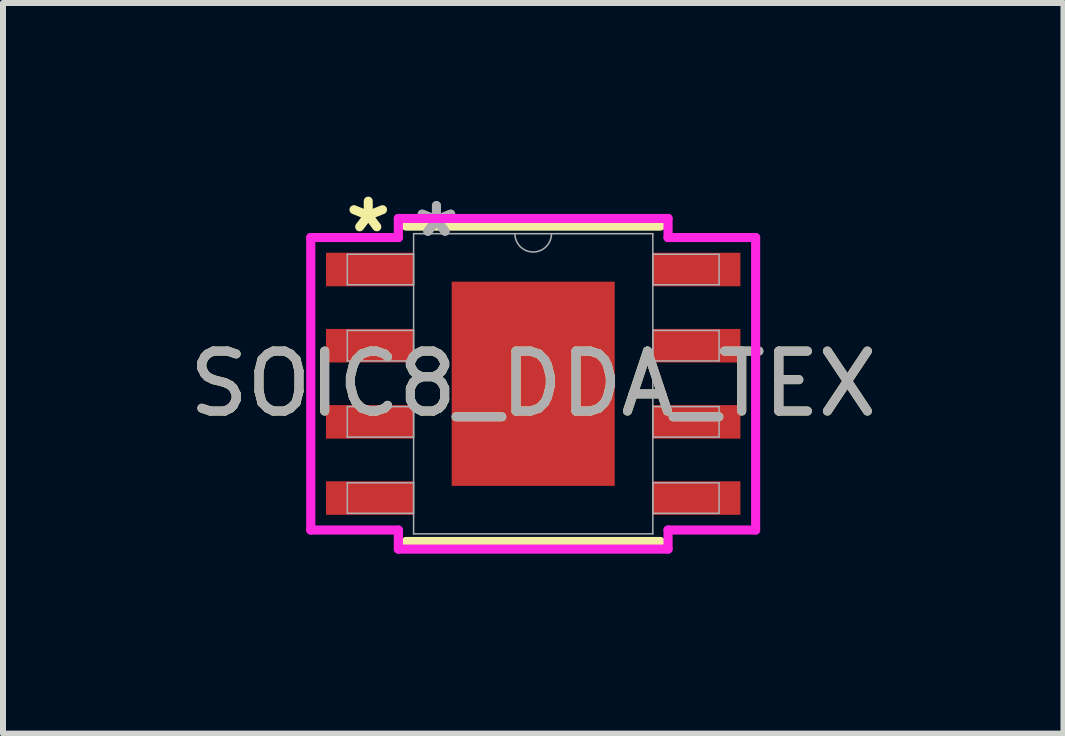
<source format=kicad_pcb>
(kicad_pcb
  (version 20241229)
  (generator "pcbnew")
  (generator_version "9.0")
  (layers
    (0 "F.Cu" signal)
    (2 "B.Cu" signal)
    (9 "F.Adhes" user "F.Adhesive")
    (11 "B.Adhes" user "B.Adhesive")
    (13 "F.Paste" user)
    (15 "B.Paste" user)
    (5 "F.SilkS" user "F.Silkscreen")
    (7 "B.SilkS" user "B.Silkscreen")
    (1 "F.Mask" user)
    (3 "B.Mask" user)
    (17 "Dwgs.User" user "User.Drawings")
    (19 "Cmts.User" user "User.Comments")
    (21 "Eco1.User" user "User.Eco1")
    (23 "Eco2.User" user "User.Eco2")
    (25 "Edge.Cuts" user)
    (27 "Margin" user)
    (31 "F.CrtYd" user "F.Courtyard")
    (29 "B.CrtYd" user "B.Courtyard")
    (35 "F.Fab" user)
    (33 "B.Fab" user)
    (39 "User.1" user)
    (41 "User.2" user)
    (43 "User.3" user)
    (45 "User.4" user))
  (footprint "SOIC8_DDA_TEX"
    (layer "F.Cu")
    (at 5.839 3.348)
    (property "Reference" "SOIC8_DDA_TEX" (at 0 0 0) (unlocked yes) (layer "F.SilkS") (effects (font (size 1 1) (thickness 0.15))))
    (attr smd)
    (fp_line (start -2.121 2.629) (end 2.121 2.629) (stroke (width 0.152) (type solid)) (layer "F.SilkS"))
    (fp_line (start 2.121 -2.629) (end -2.121 -2.629) (stroke (width 0.152) (type solid)) (layer "F.SilkS"))
    (fp_poly (pts (xy -1.259 -1.602) (xy -1.259 -0.1) (xy -0.1 -0.1) (xy -0.1 -1.602)) (stroke (width 0) (type solid)) (fill yes) (layer "F.Paste"))
    (fp_poly (pts (xy -1.259 0.1) (xy -1.259 1.602) (xy -0.1 1.602) (xy -0.1 0.1)) (stroke (width 0) (type solid)) (fill yes) (layer "F.Paste"))
    (fp_poly (pts (xy 0.1 -1.602) (xy 0.1 -0.1) (xy 1.259 -0.1) (xy 1.259 -1.602)) (stroke (width 0) (type solid)) (fill yes) (layer "F.Paste"))
    (fp_poly (pts (xy 0.1 0.1) (xy 0.1 1.602) (xy 1.259 1.602) (xy 1.259 0.1)) (stroke (width 0) (type solid)) (fill yes) (layer "F.Paste"))
    (fp_line (start -3.708 -2.438) (end -2.248 -2.438) (stroke (width 0.152) (type solid)) (layer "F.CrtYd"))
    (fp_line (start -3.708 2.438) (end -3.708 -2.438) (stroke (width 0.152) (type solid)) (layer "F.CrtYd"))
    (fp_line (start -3.708 2.438) (end -2.248 2.438) (stroke (width 0.152) (type solid)) (layer "F.CrtYd"))
    (fp_line (start -2.248 -2.756) (end 2.248 -2.756) (stroke (width 0.152) (type solid)) (layer "F.CrtYd"))
    (fp_line (start -2.248 -2.438) (end -2.248 -2.756) (stroke (width 0.152) (type solid)) (layer "F.CrtYd"))
    (fp_line (start -2.248 2.756) (end -2.248 2.438) (stroke (width 0.152) (type solid)) (layer "F.CrtYd"))
    (fp_line (start 2.248 -2.756) (end 2.248 -2.438) (stroke (width 0.152) (type solid)) (layer "F.CrtYd"))
    (fp_line (start 2.248 2.438) (end 2.248 2.756) (stroke (width 0.152) (type solid)) (layer "F.CrtYd"))
    (fp_line (start 2.248 2.756) (end -2.248 2.756) (stroke (width 0.152) (type solid)) (layer "F.CrtYd"))
    (fp_line (start 3.708 -2.438) (end 2.248 -2.438) (stroke (width 0.152) (type solid)) (layer "F.CrtYd"))
    (fp_line (start 3.708 -2.438) (end 3.708 2.438) (stroke (width 0.152) (type solid)) (layer "F.CrtYd"))
    (fp_line (start 3.708 2.438) (end 2.248 2.438) (stroke (width 0.152) (type solid)) (layer "F.CrtYd"))
    (fp_line (start -3.099 -2.159) (end -3.099 -1.651) (stroke (width 0.025) (type solid)) (layer "F.Fab"))
    (fp_line (start -3.099 -1.651) (end -1.994 -1.651) (stroke (width 0.025) (type solid)) (layer "F.Fab"))
    (fp_line (start -3.099 -0.889) (end -3.099 -0.381) (stroke (width 0.025) (type solid)) (layer "F.Fab"))
    (fp_line (start -3.099 -0.381) (end -1.994 -0.381) (stroke (width 0.025) (type solid)) (layer "F.Fab"))
    (fp_line (start -3.099 0.381) (end -3.099 0.889) (stroke (width 0.025) (type solid)) (layer "F.Fab"))
    (fp_line (start -3.099 0.889) (end -1.994 0.889) (stroke (width 0.025) (type solid)) (layer "F.Fab"))
    (fp_line (start -3.099 1.651) (end -3.099 2.159) (stroke (width 0.025) (type solid)) (layer "F.Fab"))
    (fp_line (start -3.099 2.159) (end -1.994 2.159) (stroke (width 0.025) (type solid)) (layer "F.Fab"))
    (fp_line (start -1.994 -2.502) (end -1.994 2.502) (stroke (width 0.025) (type solid)) (layer "F.Fab"))
    (fp_line (start -1.994 -2.159) (end -3.099 -2.159) (stroke (width 0.025) (type solid)) (layer "F.Fab"))
    (fp_line (start -1.994 -1.651) (end -1.994 -2.159) (stroke (width 0.025) (type solid)) (layer "F.Fab"))
    (fp_line (start -1.994 -0.889) (end -3.099 -0.889) (stroke (width 0.025) (type solid)) (layer "F.Fab"))
    (fp_line (start -1.994 -0.381) (end -1.994 -0.889) (stroke (width 0.025) (type solid)) (layer "F.Fab"))
    (fp_line (start -1.994 0.381) (end -3.099 0.381) (stroke (width 0.025) (type solid)) (layer "F.Fab"))
    (fp_line (start -1.994 0.889) (end -1.994 0.381) (stroke (width 0.025) (type solid)) (layer "F.Fab"))
    (fp_line (start -1.994 1.651) (end -3.099 1.651) (stroke (width 0.025) (type solid)) (layer "F.Fab"))
    (fp_line (start -1.994 2.159) (end -1.994 1.651) (stroke (width 0.025) (type solid)) (layer "F.Fab"))
    (fp_line (start -1.994 2.502) (end 1.994 2.502) (stroke (width 0.025) (type solid)) (layer "F.Fab"))
    (fp_line (start 1.994 -2.502) (end -1.994 -2.502) (stroke (width 0.025) (type solid)) (layer "F.Fab"))
    (fp_line (start 1.994 -2.159) (end 1.994 -1.651) (stroke (width 0.025) (type solid)) (layer "F.Fab"))
    (fp_line (start 1.994 -1.651) (end 3.099 -1.651) (stroke (width 0.025) (type solid)) (layer "F.Fab"))
    (fp_line (start 1.994 -0.889) (end 1.994 -0.381) (stroke (width 0.025) (type solid)) (layer "F.Fab"))
    (fp_line (start 1.994 -0.381) (end 3.099 -0.381) (stroke (width 0.025) (type solid)) (layer "F.Fab"))
    (fp_line (start 1.994 0.381) (end 1.994 0.889) (stroke (width 0.025) (type solid)) (layer "F.Fab"))
    (fp_line (start 1.994 0.889) (end 3.099 0.889) (stroke (width 0.025) (type solid)) (layer "F.Fab"))
    (fp_line (start 1.994 1.651) (end 1.994 2.159) (stroke (width 0.025) (type solid)) (layer "F.Fab"))
    (fp_line (start 1.994 2.159) (end 3.099 2.159) (stroke (width 0.025) (type solid)) (layer "F.Fab"))
    (fp_line (start 1.994 2.502) (end 1.994 -2.502) (stroke (width 0.025) (type solid)) (layer "F.Fab"))
    (fp_line (start 3.099 -2.159) (end 1.994 -2.159) (stroke (width 0.025) (type solid)) (layer "F.Fab"))
    (fp_line (start 3.099 -1.651) (end 3.099 -2.159) (stroke (width 0.025) (type solid)) (layer "F.Fab"))
    (fp_line (start 3.099 -0.889) (end 1.994 -0.889) (stroke (width 0.025) (type solid)) (layer "F.Fab"))
    (fp_line (start 3.099 -0.381) (end 3.099 -0.889) (stroke (width 0.025) (type solid)) (layer "F.Fab"))
    (fp_line (start 3.099 0.381) (end 1.994 0.381) (stroke (width 0.025) (type solid)) (layer "F.Fab"))
    (fp_line (start 3.099 0.889) (end 3.099 0.381) (stroke (width 0.025) (type solid)) (layer "F.Fab"))
    (fp_line (start 3.099 1.651) (end 1.994 1.651) (stroke (width 0.025) (type solid)) (layer "F.Fab"))
    (fp_line (start 3.099 2.159) (end 3.099 1.651) (stroke (width 0.025) (type solid)) (layer "F.Fab"))
    (fp_arc (start 0.3048 -2.5019) (mid 0 -2.1971) (end -0.3048 -2.5019) (stroke (width 0.0254) (type solid)) (layer "F.Fab"))
    (fp_text user "*" (at -2.75 -2.5 0) (layer "F.SilkS") (effects (font (size 1 1) (thickness 0.15))))
    (fp_text user "${REFERENCE}" (at 0 0 0) (unlocked yes) (layer "F.Fab") (effects (font (size 1 1) (thickness 0.15))))
    (fp_text user "*" (at -1.613 -2.426 0) (layer "F.Fab") (effects (font (size 1 1) (thickness 0.15))))
    (fp_text user "*" (at -1.613 -2.426 0) (unlocked yes) (layer "F.Fab") (effects (font (size 1 1) (thickness 0.15))))
    (pad "1" smd rect (at -2.724 -1.905) (size 1.46 0.559) (layers "F.Cu" "F.Mask" "F.Paste"))
    (pad "2" smd rect (at -2.724 -0.635) (size 1.46 0.559) (layers "F.Cu" "F.Mask" "F.Paste"))
    (pad "3" smd rect (at -2.724 0.635) (size 1.46 0.559) (layers "F.Cu" "F.Mask" "F.Paste"))
    (pad "4" smd rect (at -2.724 1.905) (size 1.46 0.559) (layers "F.Cu" "F.Mask" "F.Paste"))
    (pad "5" smd rect (at 2.724 1.905) (size 1.46 0.559) (layers "F.Cu" "F.Mask" "F.Paste"))
    (pad "6" smd rect (at 2.724 0.635) (size 1.46 0.559) (layers "F.Cu" "F.Mask" "F.Paste"))
    (pad "7" smd rect (at 2.724 -0.635) (size 1.46 0.559) (layers "F.Cu" "F.Mask" "F.Paste"))
    (pad "8" smd rect (at 2.724 -1.905) (size 1.46 0.559) (layers "F.Cu" "F.Mask" "F.Paste"))
    (pad "9" smd rect (at 0 0) (size 2.718 3.404) (layers "F.Cu" "F.Mask")))
  (gr_rect
    (start -3 -3)
    (end 14.679 9.18)
    (stroke (width 0.1) (type default))
    (fill no)
    (layer "Edge.Cuts")))
</source>
